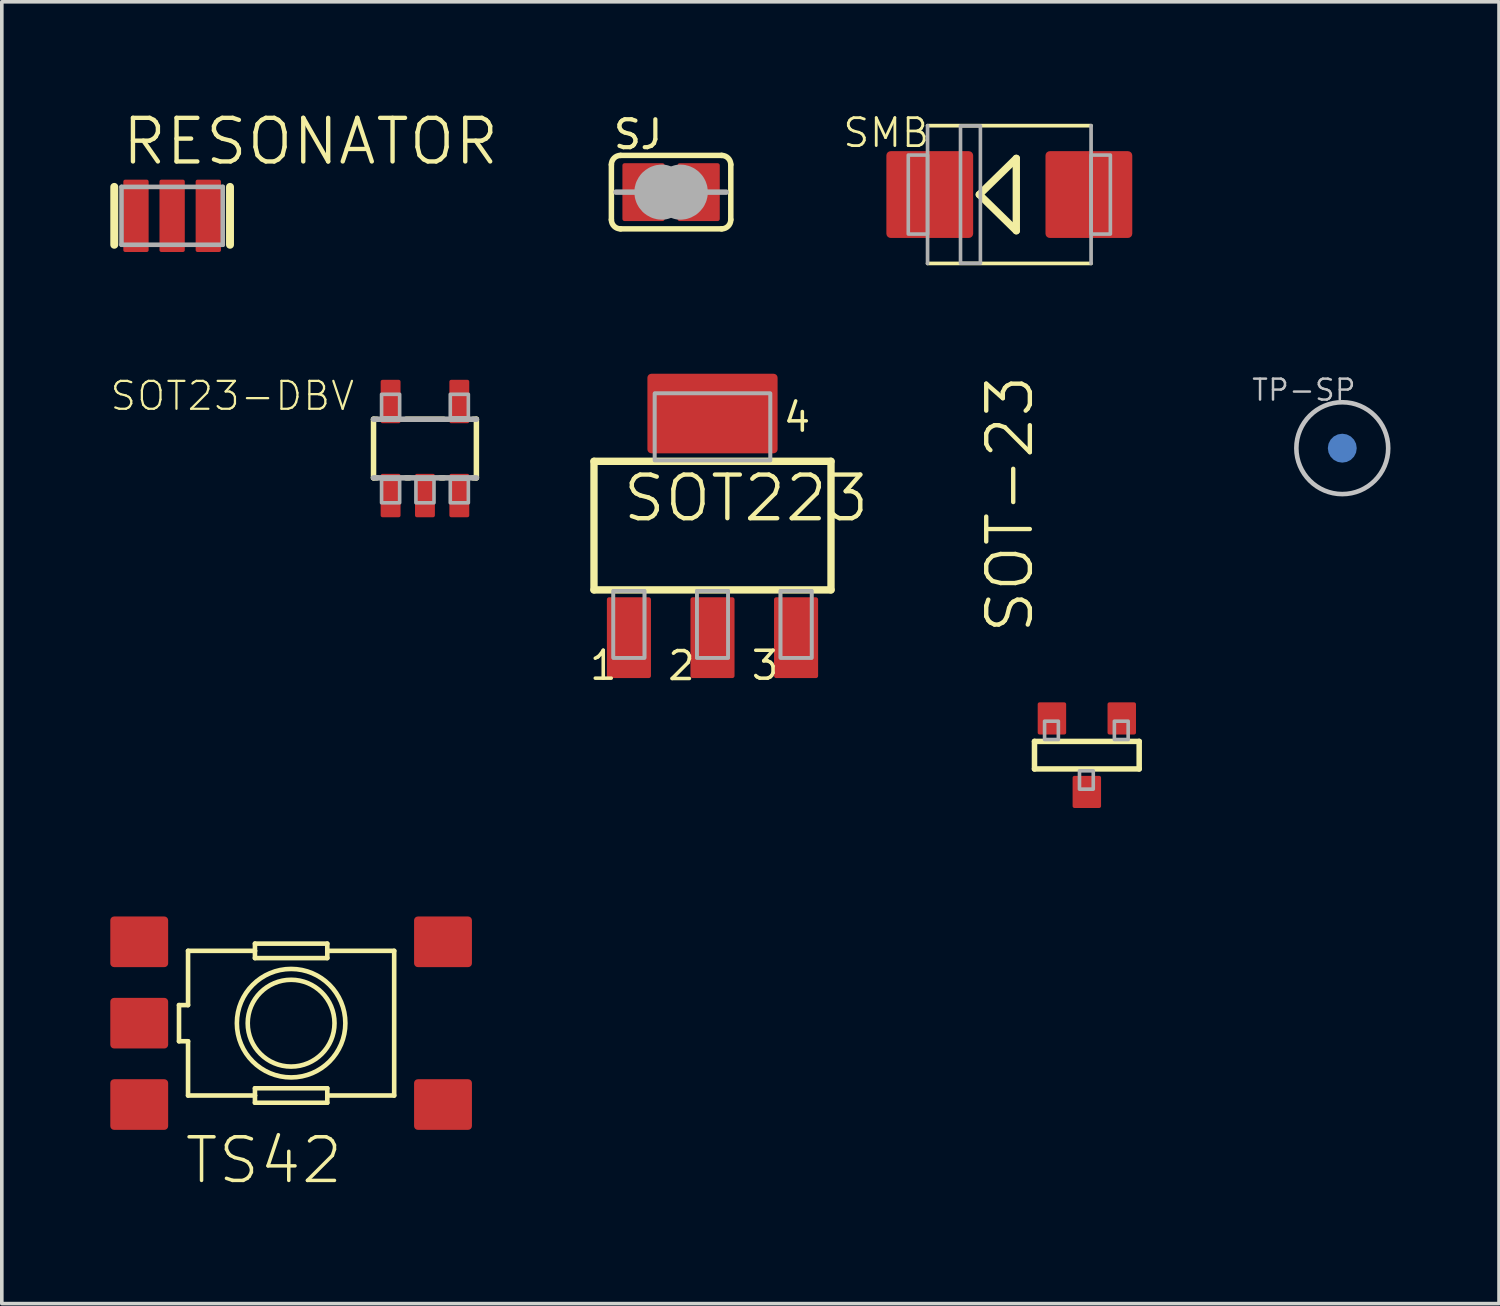
<source format=kicad_pcb>
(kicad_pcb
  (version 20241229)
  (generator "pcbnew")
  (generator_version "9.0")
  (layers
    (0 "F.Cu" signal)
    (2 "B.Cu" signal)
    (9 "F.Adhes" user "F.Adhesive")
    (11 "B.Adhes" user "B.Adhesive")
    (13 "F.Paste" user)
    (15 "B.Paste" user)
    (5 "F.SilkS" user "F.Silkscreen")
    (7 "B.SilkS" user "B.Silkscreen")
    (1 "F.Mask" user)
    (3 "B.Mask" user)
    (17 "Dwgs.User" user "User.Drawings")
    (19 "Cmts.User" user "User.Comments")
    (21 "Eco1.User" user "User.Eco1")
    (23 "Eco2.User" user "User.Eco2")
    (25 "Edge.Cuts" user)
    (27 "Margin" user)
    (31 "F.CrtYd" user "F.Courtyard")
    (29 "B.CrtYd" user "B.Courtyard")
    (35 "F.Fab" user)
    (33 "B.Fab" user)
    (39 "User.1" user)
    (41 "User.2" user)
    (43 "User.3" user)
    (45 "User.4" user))
  (footprint "TS42"
    (layer "F.Cu")
    (at 5 25.243)
    (property "Reference" "TS42" (at -3 4.5 0) (layer "F.SilkS") (effects (font (size 1.206 1.206) (thickness 0.097)) (justify left bottom)))
    (attr through_hole)
    (fp_line (start -3.1 -0.5) (end -3.1 0.5) (stroke (width 0.127) (type solid)) (layer "F.SilkS"))
    (fp_line (start -3.1 0.5) (end -2.85 0.5) (stroke (width 0.127) (type solid)) (layer "F.SilkS"))
    (fp_line (start -2.85 -2) (end -2.85 -0.5) (stroke (width 0.127) (type solid)) (layer "F.SilkS"))
    (fp_line (start -2.85 -2) (end -1 -2) (stroke (width 0.127) (type solid)) (layer "F.SilkS"))
    (fp_line (start -2.85 -0.5) (end -3.1 -0.5) (stroke (width 0.127) (type solid)) (layer "F.SilkS"))
    (fp_line (start -2.85 0.5) (end -2.85 2) (stroke (width 0.127) (type solid)) (layer "F.SilkS"))
    (fp_line (start -1 -2.2) (end -1 -2) (stroke (width 0.127) (type solid)) (layer "F.SilkS"))
    (fp_line (start -1 -2) (end -1 -1.8) (stroke (width 0.127) (type solid)) (layer "F.SilkS"))
    (fp_line (start -1 -1.8) (end 1 -1.8) (stroke (width 0.127) (type solid)) (layer "F.SilkS"))
    (fp_line (start -1 1.8) (end -1 2) (stroke (width 0.127) (type solid)) (layer "F.SilkS"))
    (fp_line (start -1 2) (end -2.85 2) (stroke (width 0.127) (type solid)) (layer "F.SilkS"))
    (fp_line (start -1 2) (end -1 2.2) (stroke (width 0.127) (type solid)) (layer "F.SilkS"))
    (fp_line (start -1 2.2) (end 1 2.2) (stroke (width 0.127) (type solid)) (layer "F.SilkS"))
    (fp_line (start 1 -2.2) (end -1 -2.2) (stroke (width 0.127) (type solid)) (layer "F.SilkS"))
    (fp_line (start 1 -2) (end 1 -2.2) (stroke (width 0.127) (type solid)) (layer "F.SilkS"))
    (fp_line (start 1 -2) (end 2.85 -2) (stroke (width 0.127) (type solid)) (layer "F.SilkS"))
    (fp_line (start 1 -1.8) (end 1 -2) (stroke (width 0.127) (type solid)) (layer "F.SilkS"))
    (fp_line (start 1 1.8) (end -1 1.8) (stroke (width 0.127) (type solid)) (layer "F.SilkS"))
    (fp_line (start 1 2) (end 1 1.8) (stroke (width 0.127) (type solid)) (layer "F.SilkS"))
    (fp_line (start 1 2) (end 2.85 2) (stroke (width 0.127) (type solid)) (layer "F.SilkS"))
    (fp_line (start 1 2.2) (end 1 2) (stroke (width 0.127) (type solid)) (layer "F.SilkS"))
    (fp_line (start 2.85 2) (end 2.85 -2) (stroke (width 0.127) (type solid)) (layer "F.SilkS"))
    (fp_circle (center 0 0) (end 1.2 0) (stroke (width 0.127) (type solid)) (fill no) (layer "F.SilkS"))
    (fp_circle (center 0 0) (end 1.5 0) (stroke (width 0.127) (type solid)) (fill no) (layer "F.SilkS"))
    (fp_poly (pts (xy -4.699 0.381) (xy -3.81 0.381) (xy -3.81 -0.381) (xy -4.699 -0.381)) (stroke (width 0) (type solid)) (fill yes) (layer "F.Paste"))
    (pad "1" smd roundrect (at -4.2 -2.25) (size 1.6 1.4) (layers "F.Cu" "F.Mask" "F.Paste") (roundrect_rratio 0.075))
    (pad "2" smd roundrect (at 4.2 -2.25) (size 1.6 1.4) (layers "F.Cu" "F.Mask" "F.Paste") (roundrect_rratio 0.075))
    (pad "3" smd roundrect (at -4.2 2.25) (size 1.6 1.4) (layers "F.Cu" "F.Mask" "F.Paste") (roundrect_rratio 0.075))
    (pad "4" smd roundrect (at 4.2 2.25) (size 1.6 1.4) (layers "F.Cu" "F.Mask" "F.Paste") (roundrect_rratio 0.075))
    (pad "5" smd roundrect (at -4.2 0) (size 1.6 1.4) (layers "F.Cu" "F.Mask") (roundrect_rratio 0.075)))
  (footprint "TP-SP"
    (layer "F.Cu")
    (at 34.067 9.343)
    (property "Reference" "TP-SP" (at -2.54 -1.27 0) (layer "Dwgs.User") (effects (font (size 0.579 0.579) (thickness 0.069)) (justify left bottom)))
    (attr through_hole)
    (fp_circle (center 0 0) (end 1.27 0) (stroke (width 0.127) (type solid)) (fill no) (layer "Dwgs.User"))
    (pad "X" smd roundrect (at 0 0) (size 0.8 0.8) (layers "B.Cu" "B.Mask") (roundrect_rratio 0.5)))
  (footprint "RESONATOR"
    (layer "F.Cu")
    (at 1.71 2.918)
    (property "Reference" "RESONATOR" (at -1.45 -1.35 0) (layer "F.SilkS") (effects (font (size 1.206 1.206) (thickness 0.121)) (justify left bottom)))
    (attr through_hole)
    (fp_line (start -1.6 -0.8) (end -1.6 0.8) (stroke (width 0.22) (type solid)) (layer "F.SilkS"))
    (fp_line (start 1.6 -0.8) (end 1.6 0.8) (stroke (width 0.22) (type solid)) (layer "F.SilkS"))
    (fp_line (start -1.4 -0.8) (end 1.4 -0.8) (stroke (width 0.127) (type solid)) (layer "F.Fab"))
    (fp_line (start -1.4 0.8) (end -1.4 -0.8) (stroke (width 0.127) (type solid)) (layer "F.Fab"))
    (fp_line (start 1.4 -0.8) (end 1.4 0.8) (stroke (width 0.127) (type solid)) (layer "F.Fab"))
    (fp_line (start 1.4 0.8) (end -1.4 0.8) (stroke (width 0.127) (type solid)) (layer "F.Fab"))
    (pad "1" smd roundrect (at -1 0 90) (size 2 0.7) (layers "F.Cu" "F.Mask" "F.Paste") (roundrect_rratio 0.073))
    (pad "2" smd roundrect (at 0 0 90) (size 2 0.7) (layers "F.Cu" "F.Mask" "F.Paste") (roundrect_rratio 0.073))
    (pad "3" smd roundrect (at 1 0 90) (size 2 0.7) (layers "F.Cu" "F.Mask" "F.Paste") (roundrect_rratio 0.073)))
  (footprint "SMB"
    (layer "F.Cu")
    (at 24.86 2.33)
    (property "Reference" "SMB" (at -2.159 -2.159 180) (layer "F.SilkS") (effects (font (size 0.772 0.772) (thickness 0.077)) (justify right top)))
    (attr through_hole)
    (fp_line (start -2.261 -1.905) (end 2.261 -1.905) (stroke (width 0.102) (type solid)) (layer "F.SilkS"))
    (fp_line (start -2.261 1.905) (end 2.261 1.905) (stroke (width 0.102) (type solid)) (layer "F.SilkS"))
    (fp_line (start -0.83 0) (end 0.193 1) (stroke (width 0.203) (type solid)) (layer "F.SilkS"))
    (fp_line (start 0.193 -1) (end -0.83 0) (stroke (width 0.203) (type solid)) (layer "F.SilkS"))
    (fp_line (start 0.193 1) (end 0.193 -1) (stroke (width 0.203) (type solid)) (layer "F.SilkS"))
    (fp_line (start -2.261 1.905) (end -2.261 -1.905) (stroke (width 0.102) (type solid)) (layer "F.Fab"))
    (fp_line (start 2.261 1.905) (end 2.261 -1.905) (stroke (width 0.102) (type solid)) (layer "F.Fab"))
    (fp_poly (pts (xy -2.794 1.092) (xy -2.261 1.092) (xy -2.261 -1.092) (xy -2.794 -1.092)) (stroke (width 0.1) (type solid)) (fill no) (layer "F.Fab"))
    (fp_poly (pts (xy -1.35 1.9) (xy -0.8 1.9) (xy -0.8 -1.9) (xy -1.35 -1.9)) (stroke (width 0.1) (type solid)) (fill no) (layer "F.Fab"))
    (fp_poly (pts (xy 2.261 1.092) (xy 2.794 1.092) (xy 2.794 -1.092) (xy 2.261 -1.092)) (stroke (width 0.1) (type solid)) (fill no) (layer "F.Fab"))
    (pad "A" smd roundrect (at 2.2 0) (size 2.4 2.4) (layers "F.Cu" "F.Mask" "F.Paste") (roundrect_rratio 0.05))
    (pad "C" smd roundrect (at -2.2 0) (size 2.4 2.4) (layers "F.Cu" "F.Mask" "F.Paste") (roundrect_rratio 0.05)))
  (footprint "SOT223"
    (layer "F.Cu")
    (at 16.652 11.484)
    (property "Reference" "SOT223" (at -2.54 -0.051 0) (layer "F.SilkS") (effects (font (size 1.206 1.206) (thickness 0.121)) (justify left bottom)))
    (attr through_hole)
    (fp_line (start -3.277 -1.778) (end 3.277 -1.778) (stroke (width 0.203) (type solid)) (layer "F.SilkS"))
    (fp_line (start -3.277 1.778) (end -3.277 -1.778) (stroke (width 0.203) (type solid)) (layer "F.SilkS"))
    (fp_line (start 3.277 -1.778) (end 3.277 1.778) (stroke (width 0.203) (type solid)) (layer "F.SilkS"))
    (fp_line (start 3.277 1.778) (end -3.277 1.778) (stroke (width 0.203) (type solid)) (layer "F.SilkS"))
    (fp_poly (pts (xy -2.743 3.658) (xy -1.88 3.658) (xy -1.88 1.803) (xy -2.743 1.803)) (stroke (width 0.1) (type solid)) (fill no) (layer "F.Fab"))
    (fp_poly (pts (xy -2.743 3.658) (xy -1.88 3.658) (xy -1.88 1.803) (xy -2.743 1.803)) (stroke (width 0.1) (type solid)) (fill no) (layer "F.Fab"))
    (fp_poly (pts (xy -1.6 -1.803) (xy 1.6 -1.803) (xy 1.6 -3.658) (xy -1.6 -3.658)) (stroke (width 0.1) (type solid)) (fill no) (layer "F.Fab"))
    (fp_poly (pts (xy -1.6 -1.803) (xy 1.6 -1.803) (xy 1.6 -3.658) (xy -1.6 -3.658)) (stroke (width 0.1) (type solid)) (fill no) (layer "F.Fab"))
    (fp_poly (pts (xy -0.432 3.658) (xy 0.432 3.658) (xy 0.432 1.803) (xy -0.432 1.803)) (stroke (width 0.1) (type solid)) (fill no) (layer "F.Fab"))
    (fp_poly (pts (xy -0.432 3.658) (xy 0.432 3.658) (xy 0.432 1.803) (xy -0.432 1.803)) (stroke (width 0.1) (type solid)) (fill no) (layer "F.Fab"))
    (fp_poly (pts (xy 1.88 3.658) (xy 2.743 3.658) (xy 2.743 1.803) (xy 1.88 1.803)) (stroke (width 0.1) (type solid)) (fill no) (layer "F.Fab"))
    (fp_poly (pts (xy 1.88 3.658) (xy 2.743 3.658) (xy 2.743 1.803) (xy 1.88 1.803)) (stroke (width 0.1) (type solid)) (fill no) (layer "F.Fab"))
    (fp_text user "4" (at 1.905 -2.54 0) (layer "F.SilkS") (effects (font (size 0.772 0.772) (thickness 0.098)) (justify left bottom)))
    (fp_text user "3" (at 1.021 4.318 0) (layer "F.SilkS") (effects (font (size 0.772 0.772) (thickness 0.098)) (justify left bottom)))
    (fp_text user "1" (at -3.453 4.318 0) (layer "F.SilkS") (effects (font (size 0.772 0.772) (thickness 0.098)) (justify left bottom)))
    (fp_text user "2" (at -1.291 4.327 0) (layer "F.SilkS") (effects (font (size 0.772 0.772) (thickness 0.098)) (justify left bottom)))
    (pad "1" smd roundrect (at -2.311 3.099) (size 1.219 2.235) (layers "F.Cu" "F.Mask" "F.Paste") (roundrect_rratio 0.05))
    (pad "2" smd roundrect (at 0 3.099) (size 1.219 2.235) (layers "F.Cu" "F.Mask" "F.Paste") (roundrect_rratio 0.05))
    (pad "3" smd roundrect (at 2.311 3.099) (size 1.219 2.235) (layers "F.Cu" "F.Mask" "F.Paste") (roundrect_rratio 0.05))
    (pad "4" smd roundrect (at 0 -3.099) (size 3.6 2.2) (layers "F.Cu" "F.Mask" "F.Paste") (roundrect_rratio 0.05)))
  (footprint "SOT23-DBV"
    (layer "F.Cu")
    (at 8.701 9.353)
    (property "Reference" "SOT23-DBV" (at -1.905 -1.905 180) (layer "F.SilkS") (effects (font (size 0.772 0.772) (thickness 0.062)) (justify right top)))
    (attr through_hole)
    (fp_line (start -1.422 -0.81) (end -1.328 -0.81) (stroke (width 0.152) (type solid)) (layer "F.SilkS"))
    (fp_line (start -1.422 0.81) (end -1.422 -0.81) (stroke (width 0.152) (type solid)) (layer "F.SilkS"))
    (fp_line (start -1.328 0.81) (end -1.422 0.81) (stroke (width 0.152) (type solid)) (layer "F.SilkS"))
    (fp_line (start -0.522 -0.81) (end 0.522 -0.81) (stroke (width 0.152) (type solid)) (layer "F.SilkS"))
    (fp_line (start -0.428 0.81) (end -0.522 0.81) (stroke (width 0.152) (type solid)) (layer "F.SilkS"))
    (fp_line (start 0.522 0.81) (end 0.428 0.81) (stroke (width 0.152) (type solid)) (layer "F.SilkS"))
    (fp_line (start 1.328 -0.81) (end 1.422 -0.81) (stroke (width 0.152) (type solid)) (layer "F.SilkS"))
    (fp_line (start 1.422 -0.81) (end 1.422 0.81) (stroke (width 0.152) (type solid)) (layer "F.SilkS"))
    (fp_line (start 1.422 0.81) (end 1.328 0.81) (stroke (width 0.152) (type solid)) (layer "F.SilkS"))
    (fp_line (start -1.422 -0.81) (end 1.422 -0.81) (stroke (width 0.152) (type solid)) (layer "F.Fab"))
    (fp_line (start 1.422 0.81) (end -1.422 0.81) (stroke (width 0.152) (type solid)) (layer "F.Fab"))
    (fp_poly (pts (xy -1.2 -0.85) (xy -0.7 -0.85) (xy -0.7 -1.5) (xy -1.2 -1.5)) (stroke (width 0.1) (type solid)) (fill no) (layer "F.Fab"))
    (fp_poly (pts (xy -1.2 1.5) (xy -0.7 1.5) (xy -0.7 0.85) (xy -1.2 0.85)) (stroke (width 0.1) (type solid)) (fill no) (layer "F.Fab"))
    (fp_poly (pts (xy -0.25 1.5) (xy 0.25 1.5) (xy 0.25 0.85) (xy -0.25 0.85)) (stroke (width 0.1) (type solid)) (fill no) (layer "F.Fab"))
    (fp_poly (pts (xy 0.7 -0.85) (xy 1.2 -0.85) (xy 1.2 -1.5) (xy 0.7 -1.5)) (stroke (width 0.1) (type solid)) (fill no) (layer "F.Fab"))
    (fp_poly (pts (xy 0.7 1.5) (xy 1.2 1.5) (xy 1.2 0.85) (xy 0.7 0.85)) (stroke (width 0.1) (type solid)) (fill no) (layer "F.Fab"))
    (pad "1" smd roundrect (at -0.95 1.3) (size 0.55 1.2) (layers "F.Cu" "F.Mask" "F.Paste") (roundrect_rratio 0.092))
    (pad "2" smd roundrect (at 0 1.3) (size 0.55 1.2) (layers "F.Cu" "F.Mask" "F.Paste") (roundrect_rratio 0.092))
    (pad "3" smd roundrect (at 0.95 1.3) (size 0.55 1.2) (layers "F.Cu" "F.Mask" "F.Paste") (roundrect_rratio 0.092))
    (pad "4" smd roundrect (at 0.95 -1.3) (size 0.55 1.2) (layers "F.Cu" "F.Mask" "F.Paste") (roundrect_rratio 0.092))
    (pad "5" smd roundrect (at -0.95 -1.3) (size 0.55 1.2) (layers "F.Cu" "F.Mask" "F.Paste") (roundrect_rratio 0.092)))
  (footprint "SOT-23"
    (layer "F.Cu")
    (at 26.978 17.832)
    (property "Reference" "SOT-23" (at -1.397 -3.302 90) (layer "F.SilkS") (effects (font (size 1.206 1.206) (thickness 0.121)) (justify left bottom)))
    (attr through_hole)
    (fp_line (start -1.422 -0.381) (end 1.473 -0.381) (stroke (width 0.152) (type solid)) (layer "F.SilkS"))
    (fp_line (start -1.422 0.381) (end -1.422 -0.381) (stroke (width 0.152) (type solid)) (layer "F.SilkS"))
    (fp_line (start 1.473 -0.381) (end 1.473 0.381) (stroke (width 0.152) (type solid)) (layer "F.SilkS"))
    (fp_line (start 1.473 0.381) (end -1.422 0.381) (stroke (width 0.152) (type solid)) (layer "F.SilkS"))
    (fp_poly (pts (xy -1.143 -0.432) (xy -0.762 -0.432) (xy -0.762 -0.94) (xy -1.143 -0.94)) (stroke (width 0.1) (type solid)) (fill no) (layer "F.Fab"))
    (fp_poly (pts (xy -0.178 0.94) (xy 0.203 0.94) (xy 0.203 0.432) (xy -0.178 0.432)) (stroke (width 0.1) (type solid)) (fill no) (layer "F.Fab"))
    (fp_poly (pts (xy 0.787 -0.432) (xy 1.168 -0.432) (xy 1.168 -0.94) (xy 0.787 -0.94)) (stroke (width 0.1) (type solid)) (fill no) (layer "F.Fab"))
    (pad "1" smd roundrect (at 0.025 1.016) (size 0.787 0.889) (layers "F.Cu" "F.Mask" "F.Paste") (roundrect_rratio 0.065))
    (pad "2" smd roundrect (at -0.94 -1.016) (size 0.787 0.889) (layers "F.Cu" "F.Mask" "F.Paste") (roundrect_rratio 0.065))
    (pad "3" smd roundrect (at 0.991 -1.016) (size 0.787 0.889) (layers "F.Cu" "F.Mask" "F.Paste") (roundrect_rratio 0.065)))
  (footprint "SJ"
    (layer "F.Cu")
    (at 15.507 2.263)
    (property "Reference" "SJ" (at -1.651 -1.143 0) (layer "F.SilkS") (effects (font (size 0.772 0.772) (thickness 0.116)) (justify left bottom)))
    (attr through_hole)
    (fp_poly (pts (xy -0.076 0.914) (xy 0.076 0.914) (xy 0.076 -0.914) (xy -0.076 -0.914)) (stroke (width 0) (type solid)) (fill yes) (layer "F.Mask"))
    (fp_line (start -1.651 0.762) (end -1.651 -0.762) (stroke (width 0.152) (type solid)) (layer "F.SilkS"))
    (fp_line (start -1.397 -1.016) (end 1.397 -1.016) (stroke (width 0.152) (type solid)) (layer "F.SilkS"))
    (fp_line (start 1.397 1.016) (end -1.397 1.016) (stroke (width 0.152) (type solid)) (layer "F.SilkS"))
    (fp_line (start 1.651 0.762) (end 1.651 -0.762) (stroke (width 0.152) (type solid)) (layer "F.SilkS"))
    (fp_arc (start -1.651 -0.762) (mid -1.576605 -0.941605) (end -1.397 -1.016) (stroke (width 0.1524) (type solid)) (layer "F.SilkS"))
    (fp_arc (start -1.397 1.016) (mid -1.576605 0.941605) (end -1.651 0.762) (stroke (width 0.1524) (type solid)) (layer "F.SilkS"))
    (fp_arc (start 1.397 -1.016) (mid 1.576605 -0.941605) (end 1.651 -0.762) (stroke (width 0.1524) (type solid)) (layer "F.SilkS"))
    (fp_arc (start 1.651 0.762) (mid 1.576605 0.941605) (end 1.397 1.016) (stroke (width 0.1524) (type solid)) (layer "F.SilkS"))
    (fp_line (start -1.016 0) (end -1.524 0) (stroke (width 0.152) (type solid)) (layer "F.Fab"))
    (fp_line (start 1.016 0) (end 1.524 0) (stroke (width 0.152) (type solid)) (layer "F.Fab"))
    (fp_arc (start -0.254 0.127) (mid -0.381 0) (end -0.254 -0.127) (stroke (width 1.27) (type solid)) (layer "F.Fab"))
    (fp_arc (start 0.254 -0.127) (mid 0.381 0) (end 0.254 0.127) (stroke (width 1.27) (type solid)) (layer "F.Fab"))
    (pad "1" smd roundrect (at -0.762 0) (size 1.168 1.6) (layers "F.Cu" "F.Mask" "F.Paste") (roundrect_rratio 0.05))
    (pad "2" smd roundrect (at 0.762 0) (size 1.168 1.6) (layers "F.Cu" "F.Mask" "F.Paste") (roundrect_rratio 0.05)))
  (gr_rect
    (start -3 -3)
    (end 38.401 32.997)
    (stroke (width 0.1) (type default))
    (fill no)
    (layer "Edge.Cuts")))
</source>
